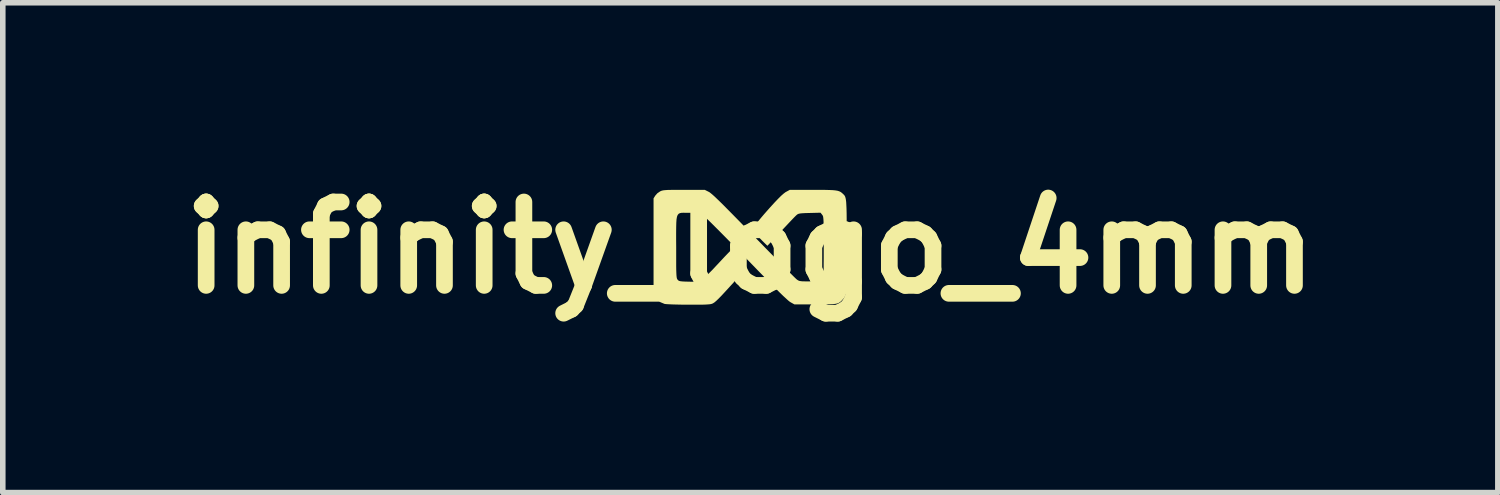
<source format=kicad_pcb>
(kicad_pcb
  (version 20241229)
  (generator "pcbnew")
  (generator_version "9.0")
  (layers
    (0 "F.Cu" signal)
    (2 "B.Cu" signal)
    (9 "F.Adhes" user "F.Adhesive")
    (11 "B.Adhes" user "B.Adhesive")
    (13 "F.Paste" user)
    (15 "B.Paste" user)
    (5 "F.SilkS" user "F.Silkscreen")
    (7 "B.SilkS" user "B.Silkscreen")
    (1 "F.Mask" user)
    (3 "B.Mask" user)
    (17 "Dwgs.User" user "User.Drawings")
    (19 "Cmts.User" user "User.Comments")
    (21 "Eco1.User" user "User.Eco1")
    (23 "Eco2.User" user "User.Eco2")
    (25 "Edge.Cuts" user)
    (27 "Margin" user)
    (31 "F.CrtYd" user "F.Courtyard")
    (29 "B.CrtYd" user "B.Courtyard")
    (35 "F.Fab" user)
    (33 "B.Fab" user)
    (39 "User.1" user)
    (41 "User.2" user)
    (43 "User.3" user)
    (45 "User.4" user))
  (footprint "infinity_logo_4mm"
    (layer "F.Cu")
    (at 10.443 1.404)
    (property "Reference" "infinity_logo_4mm" (at 0 0 0) (layer "F.SilkS") (effects (font (size 1.5 1.5) (thickness 0.3))))
    (attr board_only exclude_from_pos_files exclude_from_bom)
    (fp_poly (pts (xy 1.245 -1.04) (xy 1.346 -1.039) (xy 1.427 -1.037) (xy 1.49 -1.034) (xy 1.538 -1.029) (xy 1.575 -1.022) (xy 1.604 -1.012) (xy 1.627 -1) (xy 1.648 -0.984) (xy 1.658 -0.975) (xy 1.673 -0.961) (xy 1.686 -0.948) (xy 1.697 -0.934) (xy 1.706 -0.916) (xy 1.713 -0.892) (xy 1.719 -0.861) (xy 1.724 -0.82) (xy 1.727 -0.767) (xy 1.73 -0.701) (xy 1.732 -0.619) (xy 1.733 -0.519) (xy 1.733 -0.399) (xy 1.733 -0.258) (xy 1.733 -0.092) (xy 1.733 -0.035) (xy 1.733 0.14) (xy 1.733 0.292) (xy 1.733 0.42) (xy 1.732 0.529) (xy 1.73 0.618) (xy 1.728 0.692) (xy 1.724 0.751) (xy 1.72 0.797) (xy 1.714 0.834) (xy 1.706 0.862) (xy 1.698 0.884) (xy 1.687 0.902) (xy 1.674 0.918) (xy 1.659 0.934) (xy 1.656 0.938) (xy 1.634 0.961) (xy 1.613 0.979) (xy 1.59 0.993) (xy 1.562 1.004) (xy 1.526 1.011) (xy 1.479 1.016) (xy 1.416 1.018) (xy 1.335 1.02) (xy 1.233 1.02) (xy 1.167 1.02) (xy 0.793 1.02) (xy 0.723 0.981) (xy 0.705 0.969) (xy 0.677 0.946) (xy 0.641 0.913) (xy 0.593 0.869) (xy 0.534 0.812) (xy 0.463 0.741) (xy 0.378 0.655) (xy 0.278 0.554) (xy 0.163 0.437) (xy 0.031 0.301) (xy -0.083 0.184) (xy -0.211 0.052) (xy -0.331 -0.07) (xy -0.442 -0.183) (xy -0.543 -0.285) (xy -0.633 -0.375) (xy -0.71 -0.452) (xy -0.774 -0.514) (xy -0.823 -0.561) (xy -0.855 -0.59) (xy -0.869 -0.601) (xy -0.894 -0.612) (xy -0.924 -0.619) (xy -0.963 -0.624) (xy -1.017 -0.626) (xy -1.092 -0.627) (xy -1.097 -0.627) (xy -1.153 -0.627) (xy -1.199 -0.628) (xy -1.236 -0.627) (xy -1.266 -0.621) (xy -1.289 -0.609) (xy -1.307 -0.587) (xy -1.319 -0.555) (xy -1.327 -0.509) (xy -1.331 -0.448) (xy -1.333 -0.368) (xy -1.334 -0.269) (xy -1.334 -0.147) (xy -1.333 -0.011) (xy -1.333 0.126) (xy -1.333 0.238) (xy -1.333 0.329) (xy -1.332 0.4) (xy -1.33 0.455) (xy -1.328 0.496) (xy -1.325 0.526) (xy -1.322 0.546) (xy -1.317 0.56) (xy -1.312 0.57) (xy -1.308 0.575) (xy -1.296 0.588) (xy -1.281 0.597) (xy -1.258 0.603) (xy -1.222 0.607) (xy -1.168 0.61) (xy -1.115 0.611) (xy -1.045 0.613) (xy -0.995 0.612) (xy -0.959 0.61) (xy -0.932 0.603) (xy -0.906 0.592) (xy -0.881 0.579) (xy -0.849 0.558) (xy -0.807 0.522) (xy -0.752 0.469) (xy -0.683 0.4) (xy -0.6 0.311) (xy -0.578 0.288) (xy -0.514 0.219) (xy -0.456 0.157) (xy -0.406 0.105) (xy -0.366 0.064) (xy -0.34 0.037) (xy -0.329 0.028) (xy -0.314 0.035) (xy -0.286 0.057) (xy -0.25 0.09) (xy -0.21 0.129) (xy -0.172 0.171) (xy -0.139 0.209) (xy -0.117 0.24) (xy -0.112 0.25) (xy -0.096 0.31) (xy -0.097 0.369) (xy -0.109 0.404) (xy -0.122 0.421) (xy -0.15 0.455) (xy -0.192 0.503) (xy -0.244 0.562) (xy -0.304 0.63) (xy -0.37 0.702) (xy -0.375 0.708) (xy -0.456 0.796) (xy -0.521 0.866) (xy -0.573 0.919) (xy -0.614 0.958) (xy -0.645 0.984) (xy -0.67 1) (xy -0.68 1.005) (xy -0.7 1.012) (xy -0.725 1.017) (xy -0.759 1.02) (xy -0.805 1.023) (xy -0.866 1.025) (xy -0.945 1.025) (xy -1.046 1.025) (xy -1.11 1.025) (xy -1.211 1.025) (xy -1.305 1.023) (xy -1.389 1.021) (xy -1.458 1.018) (xy -1.51 1.015) (xy -1.539 1.012) (xy -1.54 1.012) (xy -1.618 0.98) (xy -1.684 0.926) (xy -1.708 0.896) (xy -1.74 0.849) (xy -1.74 -0.019) (xy -1.74 -0.887) (xy -1.709 -0.936) (xy -1.672 -0.978) (xy -1.624 -1.011) (xy -1.622 -1.012) (xy -1.604 -1.021) (xy -1.584 -1.027) (xy -1.56 -1.032) (xy -1.528 -1.035) (xy -1.485 -1.038) (xy -1.427 -1.039) (xy -1.351 -1.04) (xy -1.254 -1.04) (xy -1.192 -1.04) (xy -0.819 -1.04) (xy -0.749 -1.005) (xy -0.733 -0.996) (xy -0.711 -0.979) (xy -0.683 -0.956) (xy -0.647 -0.924) (xy -0.603 -0.882) (xy -0.548 -0.829) (xy -0.482 -0.764) (xy -0.404 -0.685) (xy -0.312 -0.592) (xy -0.205 -0.483) (xy -0.082 -0.357) (xy 0.056 -0.215) (xy 0.173 -0.096) (xy 0.284 0.018) (xy 0.39 0.126) (xy 0.489 0.226) (xy 0.578 0.317) (xy 0.656 0.396) (xy 0.723 0.462) (xy 0.776 0.515) (xy 0.814 0.552) (xy 0.835 0.571) (xy 0.837 0.573) (xy 0.857 0.586) (xy 0.876 0.596) (xy 0.9 0.601) (xy 0.935 0.605) (xy 0.984 0.606) (xy 1.054 0.607) (xy 1.076 0.607) (xy 1.152 0.606) (xy 1.205 0.605) (xy 1.241 0.603) (xy 1.264 0.598) (xy 1.279 0.591) (xy 1.291 0.58) (xy 1.295 0.575) (xy 1.301 0.566) (xy 1.306 0.555) (xy 1.31 0.538) (xy 1.313 0.514) (xy 1.316 0.48) (xy 1.318 0.433) (xy 1.319 0.371) (xy 1.319 0.291) (xy 1.32 0.19) (xy 1.32 0.067) (xy 1.32 -0.006) (xy 1.32 -0.142) (xy 1.32 -0.253) (xy 1.319 -0.343) (xy 1.318 -0.414) (xy 1.317 -0.468) (xy 1.315 -0.509) (xy 1.312 -0.538) (xy 1.309 -0.559) (xy 1.304 -0.573) (xy 1.298 -0.584) (xy 1.292 -0.592) (xy 1.263 -0.629) (xy 1.068 -0.624) (xy 0.99 -0.622) (xy 0.934 -0.619) (xy 0.895 -0.615) (xy 0.868 -0.609) (xy 0.85 -0.601) (xy 0.839 -0.593) (xy 0.82 -0.576) (xy 0.786 -0.542) (xy 0.741 -0.495) (xy 0.687 -0.438) (xy 0.628 -0.375) (xy 0.607 -0.353) (xy 0.546 -0.287) (xy 0.487 -0.224) (xy 0.435 -0.168) (xy 0.392 -0.123) (xy 0.363 -0.092) (xy 0.358 -0.087) (xy 0.307 -0.034) (xy 0.219 -0.12) (xy 0.178 -0.163) (xy 0.142 -0.203) (xy 0.118 -0.234) (xy 0.112 -0.243) (xy 0.097 -0.294) (xy 0.095 -0.356) (xy 0.106 -0.416) (xy 0.111 -0.43) (xy 0.125 -0.452) (xy 0.154 -0.49) (xy 0.196 -0.541) (xy 0.248 -0.602) (xy 0.307 -0.669) (xy 0.352 -0.72) (xy 0.433 -0.809) (xy 0.5 -0.879) (xy 0.553 -0.932) (xy 0.596 -0.97) (xy 0.63 -0.996) (xy 0.642 -1.003) (xy 0.71 -1.04) (xy 1.12 -1.04)) (stroke (width 0) (type solid)) (fill yes) (layer "F.SilkS")))
  (gr_rect
    (start -3 -3)
    (end 23.886 5.808)
    (stroke (width 0.1) (type default))
    (fill no)
    (layer "Edge.Cuts")))
</source>
